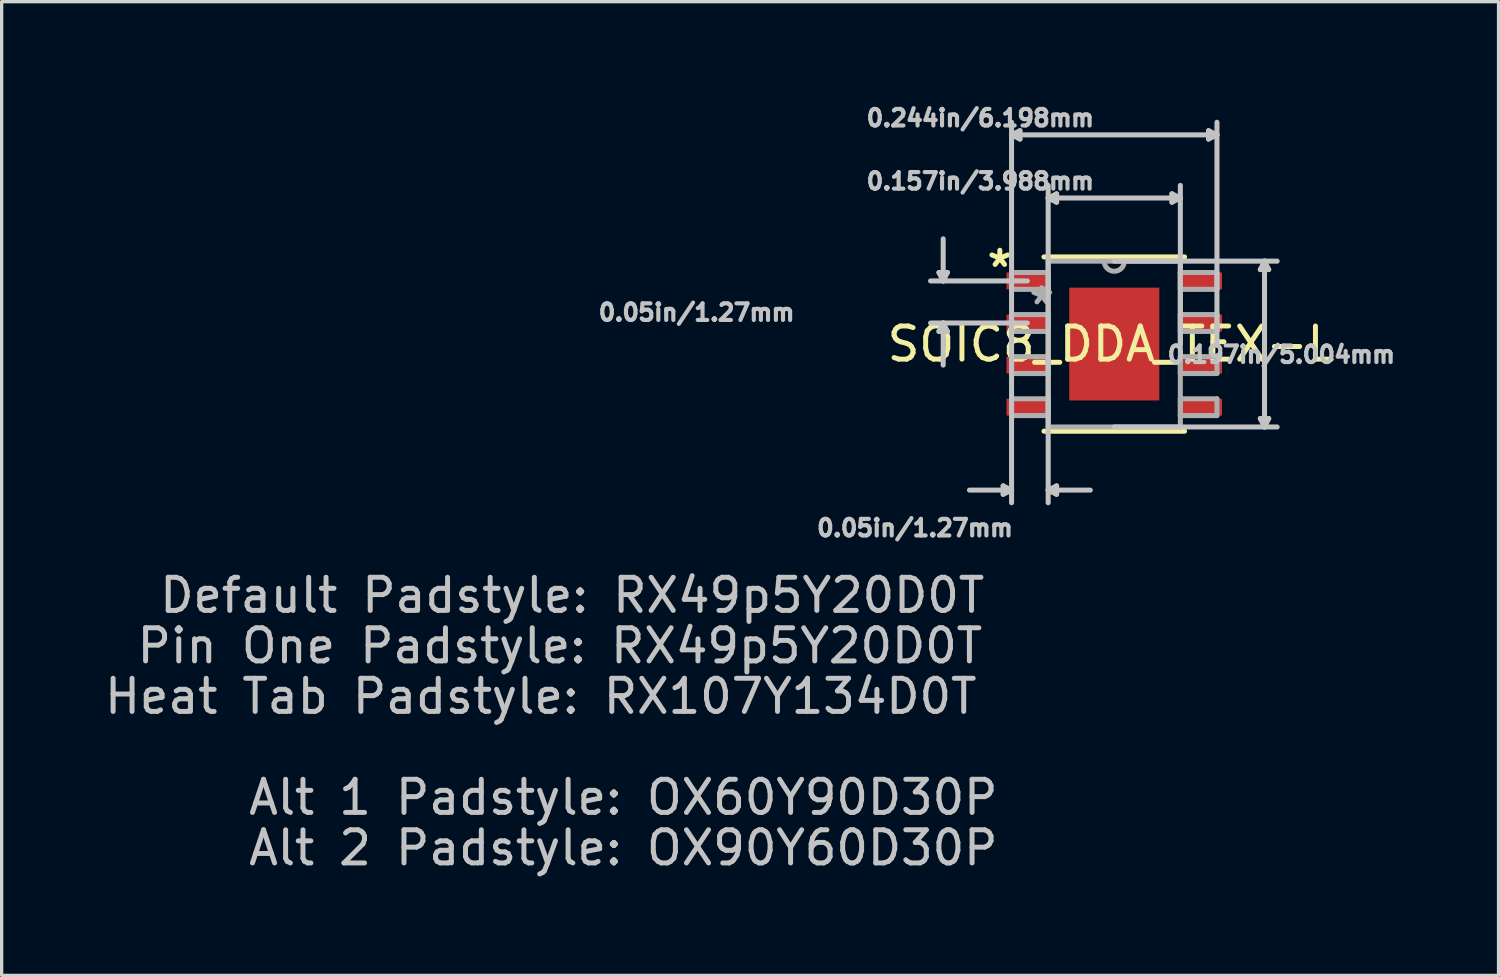
<source format=kicad_pcb>
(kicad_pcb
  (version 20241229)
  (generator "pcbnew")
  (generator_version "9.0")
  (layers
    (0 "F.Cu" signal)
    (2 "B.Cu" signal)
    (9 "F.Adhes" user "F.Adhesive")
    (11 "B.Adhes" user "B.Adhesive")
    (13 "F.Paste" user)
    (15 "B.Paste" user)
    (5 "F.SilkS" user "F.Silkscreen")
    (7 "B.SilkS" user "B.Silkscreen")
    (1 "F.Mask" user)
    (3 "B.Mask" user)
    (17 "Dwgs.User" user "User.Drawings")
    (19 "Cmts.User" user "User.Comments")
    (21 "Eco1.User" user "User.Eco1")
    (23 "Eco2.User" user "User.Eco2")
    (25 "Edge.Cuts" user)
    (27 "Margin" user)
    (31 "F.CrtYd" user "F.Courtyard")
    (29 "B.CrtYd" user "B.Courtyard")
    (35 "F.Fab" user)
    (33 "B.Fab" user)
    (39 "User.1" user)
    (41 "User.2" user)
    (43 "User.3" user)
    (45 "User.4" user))
  (footprint "SOIC8_DDA_TEX-L"
    (layer "F.Cu")
    (at 30.573 7.332)
    (property "Reference" "SOIC8_DDA_TEX-L" (at -0.096 0 0) (layer "F.SilkS") (effects (font (size 1 1) (thickness 0.15))))
    (attr smd)
    (fp_line (start -2.121 2.629) (end 2.121 2.629) (stroke (width 0.152) (type solid)) (layer "F.SilkS"))
    (fp_line (start 2.121 -2.629) (end -2.121 -2.629) (stroke (width 0.152) (type solid)) (layer "F.SilkS"))
    (fp_poly (pts (xy -1.259 -1.602) (xy -1.259 -0.1) (xy -0.1 -0.1) (xy -0.1 -1.602)) (stroke (width 0.025) (type solid)) (fill yes) (layer "F.Paste"))
    (fp_poly (pts (xy -1.259 0.1) (xy -1.259 1.602) (xy -0.1 1.602) (xy -0.1 0.1)) (stroke (width 0.025) (type solid)) (fill yes) (layer "F.Paste"))
    (fp_poly (pts (xy 0.1 -1.602) (xy 0.1 -0.1) (xy 1.259 -0.1) (xy 1.259 -1.602)) (stroke (width 0.025) (type solid)) (fill yes) (layer "F.Paste"))
    (fp_poly (pts (xy 0.1 0.1) (xy 0.1 1.602) (xy 1.259 1.602) (xy 1.259 0.1)) (stroke (width 0.025) (type solid)) (fill yes) (layer "F.Paste"))
    (fp_line (start -5.29 -2.159) (end -5.035 -2.159) (stroke (width 0.152) (type solid)) (layer "Dwgs.User"))
    (fp_line (start -5.29 -0.381) (end -5.035 -0.381) (stroke (width 0.152) (type solid)) (layer "Dwgs.User"))
    (fp_line (start -5.162 -1.905) (end -5.29 -2.159) (stroke (width 0.152) (type solid)) (layer "Dwgs.User"))
    (fp_line (start -5.162 -1.905) (end -5.162 -3.175) (stroke (width 0.152) (type solid)) (layer "Dwgs.User"))
    (fp_line (start -5.162 -1.905) (end -5.035 -2.159) (stroke (width 0.152) (type solid)) (layer "Dwgs.User"))
    (fp_line (start -5.162 -0.635) (end -5.29 -0.381) (stroke (width 0.152) (type solid)) (layer "Dwgs.User"))
    (fp_line (start -5.162 -0.635) (end -5.162 0.635) (stroke (width 0.152) (type solid)) (layer "Dwgs.User"))
    (fp_line (start -5.162 -0.635) (end -5.035 -0.381) (stroke (width 0.152) (type solid)) (layer "Dwgs.User"))
    (fp_line (start -3.353 4.28) (end -3.353 4.534) (stroke (width 0.152) (type solid)) (layer "Dwgs.User"))
    (fp_line (start -3.099 -6.312) (end -2.845 -6.439) (stroke (width 0.152) (type solid)) (layer "Dwgs.User"))
    (fp_line (start -3.099 -6.312) (end -2.845 -6.185) (stroke (width 0.152) (type solid)) (layer "Dwgs.User"))
    (fp_line (start -3.099 -6.312) (end 3.099 -6.312) (stroke (width 0.152) (type solid)) (layer "Dwgs.User"))
    (fp_line (start -3.099 0) (end -3.099 -6.693) (stroke (width 0.152) (type solid)) (layer "Dwgs.User"))
    (fp_line (start -3.099 0) (end -3.099 4.788) (stroke (width 0.152) (type solid)) (layer "Dwgs.User"))
    (fp_line (start -3.099 4.407) (end -4.369 4.407) (stroke (width 0.152) (type solid)) (layer "Dwgs.User"))
    (fp_line (start -3.099 4.407) (end -3.353 4.28) (stroke (width 0.152) (type solid)) (layer "Dwgs.User"))
    (fp_line (start -3.099 4.407) (end -3.353 4.534) (stroke (width 0.152) (type solid)) (layer "Dwgs.User"))
    (fp_line (start -2.845 -6.439) (end -2.845 -6.185) (stroke (width 0.152) (type solid)) (layer "Dwgs.User"))
    (fp_line (start -2.623 -1.905) (end -5.543 -1.905) (stroke (width 0.152) (type solid)) (layer "Dwgs.User"))
    (fp_line (start -2.623 -0.635) (end -5.543 -0.635) (stroke (width 0.152) (type solid)) (layer "Dwgs.User"))
    (fp_line (start -1.994 -4.407) (end -1.74 -4.534) (stroke (width 0.152) (type solid)) (layer "Dwgs.User"))
    (fp_line (start -1.994 -4.407) (end -1.74 -4.28) (stroke (width 0.152) (type solid)) (layer "Dwgs.User"))
    (fp_line (start -1.994 -4.407) (end 1.994 -4.407) (stroke (width 0.152) (type solid)) (layer "Dwgs.User"))
    (fp_line (start -1.994 0) (end -1.994 -4.788) (stroke (width 0.152) (type solid)) (layer "Dwgs.User"))
    (fp_line (start -1.994 0) (end -1.994 4.788) (stroke (width 0.152) (type solid)) (layer "Dwgs.User"))
    (fp_line (start -1.994 4.407) (end -1.74 4.28) (stroke (width 0.152) (type solid)) (layer "Dwgs.User"))
    (fp_line (start -1.994 4.407) (end -1.74 4.534) (stroke (width 0.152) (type solid)) (layer "Dwgs.User"))
    (fp_line (start -1.994 4.407) (end -0.724 4.407) (stroke (width 0.152) (type solid)) (layer "Dwgs.User"))
    (fp_line (start -1.74 -4.534) (end -1.74 -4.28) (stroke (width 0.152) (type solid)) (layer "Dwgs.User"))
    (fp_line (start -1.74 4.28) (end -1.74 4.534) (stroke (width 0.152) (type solid)) (layer "Dwgs.User"))
    (fp_line (start 0 -2.502) (end 4.915 -2.502) (stroke (width 0.152) (type solid)) (layer "Dwgs.User"))
    (fp_line (start 0 2.502) (end 4.915 2.502) (stroke (width 0.152) (type solid)) (layer "Dwgs.User"))
    (fp_line (start 1.74 -4.534) (end 1.74 -4.28) (stroke (width 0.152) (type solid)) (layer "Dwgs.User"))
    (fp_line (start 1.994 -4.407) (end 1.74 -4.534) (stroke (width 0.152) (type solid)) (layer "Dwgs.User"))
    (fp_line (start 1.994 -4.407) (end 1.74 -4.28) (stroke (width 0.152) (type solid)) (layer "Dwgs.User"))
    (fp_line (start 1.994 0) (end 1.994 -4.788) (stroke (width 0.152) (type solid)) (layer "Dwgs.User"))
    (fp_line (start 2.845 -6.439) (end 2.845 -6.185) (stroke (width 0.152) (type solid)) (layer "Dwgs.User"))
    (fp_line (start 3.099 -6.312) (end 2.845 -6.439) (stroke (width 0.152) (type solid)) (layer "Dwgs.User"))
    (fp_line (start 3.099 -6.312) (end 2.845 -6.185) (stroke (width 0.152) (type solid)) (layer "Dwgs.User"))
    (fp_line (start 3.099 0) (end 3.099 -6.693) (stroke (width 0.152) (type solid)) (layer "Dwgs.User"))
    (fp_line (start 4.407 -2.248) (end 4.661 -2.248) (stroke (width 0.152) (type solid)) (layer "Dwgs.User"))
    (fp_line (start 4.407 2.248) (end 4.661 2.248) (stroke (width 0.152) (type solid)) (layer "Dwgs.User"))
    (fp_line (start 4.534 -2.502) (end 4.407 -2.248) (stroke (width 0.152) (type solid)) (layer "Dwgs.User"))
    (fp_line (start 4.534 -2.502) (end 4.534 2.502) (stroke (width 0.152) (type solid)) (layer "Dwgs.User"))
    (fp_line (start 4.534 -2.502) (end 4.661 -2.248) (stroke (width 0.152) (type solid)) (layer "Dwgs.User"))
    (fp_line (start 4.534 2.502) (end 4.407 2.248) (stroke (width 0.152) (type solid)) (layer "Dwgs.User"))
    (fp_line (start 4.534 2.502) (end 4.661 2.248) (stroke (width 0.152) (type solid)) (layer "Dwgs.User"))
    (fp_line (start -3.099 -2.159) (end -3.099 -1.651) (stroke (width 0.152) (type solid)) (layer "F.Fab"))
    (fp_line (start -3.099 -1.651) (end -1.994 -1.651) (stroke (width 0.152) (type solid)) (layer "F.Fab"))
    (fp_line (start -3.099 -0.889) (end -3.099 -0.381) (stroke (width 0.152) (type solid)) (layer "F.Fab"))
    (fp_line (start -3.099 -0.381) (end -1.994 -0.381) (stroke (width 0.152) (type solid)) (layer "F.Fab"))
    (fp_line (start -3.099 0.381) (end -3.099 0.889) (stroke (width 0.152) (type solid)) (layer "F.Fab"))
    (fp_line (start -3.099 0.889) (end -1.994 0.889) (stroke (width 0.152) (type solid)) (layer "F.Fab"))
    (fp_line (start -3.099 1.651) (end -3.099 2.159) (stroke (width 0.152) (type solid)) (layer "F.Fab"))
    (fp_line (start -3.099 2.159) (end -1.994 2.159) (stroke (width 0.152) (type solid)) (layer "F.Fab"))
    (fp_line (start -1.994 -2.502) (end -1.994 2.502) (stroke (width 0.152) (type solid)) (layer "F.Fab"))
    (fp_line (start -1.994 -2.159) (end -3.099 -2.159) (stroke (width 0.152) (type solid)) (layer "F.Fab"))
    (fp_line (start -1.994 -1.651) (end -1.994 -2.159) (stroke (width 0.152) (type solid)) (layer "F.Fab"))
    (fp_line (start -1.994 -0.889) (end -3.099 -0.889) (stroke (width 0.152) (type solid)) (layer "F.Fab"))
    (fp_line (start -1.994 -0.381) (end -1.994 -0.889) (stroke (width 0.152) (type solid)) (layer "F.Fab"))
    (fp_line (start -1.994 0.381) (end -3.099 0.381) (stroke (width 0.152) (type solid)) (layer "F.Fab"))
    (fp_line (start -1.994 0.889) (end -1.994 0.381) (stroke (width 0.152) (type solid)) (layer "F.Fab"))
    (fp_line (start -1.994 1.651) (end -3.099 1.651) (stroke (width 0.152) (type solid)) (layer "F.Fab"))
    (fp_line (start -1.994 2.159) (end -1.994 1.651) (stroke (width 0.152) (type solid)) (layer "F.Fab"))
    (fp_line (start -1.994 2.502) (end 1.994 2.502) (stroke (width 0.152) (type solid)) (layer "F.Fab"))
    (fp_line (start 1.994 -2.502) (end -1.994 -2.502) (stroke (width 0.152) (type solid)) (layer "F.Fab"))
    (fp_line (start 1.994 -2.159) (end 1.994 -1.651) (stroke (width 0.152) (type solid)) (layer "F.Fab"))
    (fp_line (start 1.994 -1.651) (end 3.099 -1.651) (stroke (width 0.152) (type solid)) (layer "F.Fab"))
    (fp_line (start 1.994 -0.889) (end 1.994 -0.381) (stroke (width 0.152) (type solid)) (layer "F.Fab"))
    (fp_line (start 1.994 -0.381) (end 3.099 -0.381) (stroke (width 0.152) (type solid)) (layer "F.Fab"))
    (fp_line (start 1.994 0.381) (end 1.994 0.889) (stroke (width 0.152) (type solid)) (layer "F.Fab"))
    (fp_line (start 1.994 0.889) (end 3.099 0.889) (stroke (width 0.152) (type solid)) (layer "F.Fab"))
    (fp_line (start 1.994 1.651) (end 1.994 2.159) (stroke (width 0.152) (type solid)) (layer "F.Fab"))
    (fp_line (start 1.994 2.159) (end 3.099 2.159) (stroke (width 0.152) (type solid)) (layer "F.Fab"))
    (fp_line (start 1.994 2.502) (end 1.994 -2.502) (stroke (width 0.152) (type solid)) (layer "F.Fab"))
    (fp_line (start 3.099 -2.159) (end 1.994 -2.159) (stroke (width 0.152) (type solid)) (layer "F.Fab"))
    (fp_line (start 3.099 -1.651) (end 3.099 -2.159) (stroke (width 0.152) (type solid)) (layer "F.Fab"))
    (fp_line (start 3.099 -0.889) (end 1.994 -0.889) (stroke (width 0.152) (type solid)) (layer "F.Fab"))
    (fp_line (start 3.099 -0.381) (end 3.099 -0.889) (stroke (width 0.152) (type solid)) (layer "F.Fab"))
    (fp_line (start 3.099 0.381) (end 1.994 0.381) (stroke (width 0.152) (type solid)) (layer "F.Fab"))
    (fp_line (start 3.099 0.889) (end 3.099 0.381) (stroke (width 0.152) (type solid)) (layer "F.Fab"))
    (fp_line (start 3.099 1.651) (end 1.994 1.651) (stroke (width 0.152) (type solid)) (layer "F.Fab"))
    (fp_line (start 3.099 2.159) (end 3.099 1.651) (stroke (width 0.152) (type solid)) (layer "F.Fab"))
    (fp_arc (start 0.3048 -2.5019) (mid 0 -2.1971) (end -0.3048 -2.5019) (stroke (width 0.1524) (type solid)) (layer "F.Fab"))
    (fp_text user "*" (at -3.453 -2.286 0) (layer "F.SilkS") (effects (font (size 1 1) (thickness 0.15))))
    (fp_text user "Alt 1 Padstyle: OX60Y90D30P" (at -14.814 13.678 0) (layer "Dwgs.User") (effects (font (size 1 1) (thickness 0.15))))
    (fp_text user "Pin One Padstyle: RX49p5Y20D0T" (at -16.729 9.106 0) (layer "Dwgs.User") (effects (font (size 1 1) (thickness 0.15))))
    (fp_text user "0.157in/3.988mm" (at -4.042 -4.915 0) (layer "Dwgs.User") (effects (font (size 0.5 0.5) (thickness 0.15))))
    (fp_text user "Heat Tab Padstyle: RX107Y134D0T" (at -17.305 10.63 0) (layer "Dwgs.User") (effects (font (size 1 1) (thickness 0.15))))
    (fp_text user "0.244in/6.198mm" (at -4.042 -6.82 0) (layer "Dwgs.User") (effects (font (size 0.5 0.5) (thickness 0.15))))
    (fp_text user "0.197in/5.004mm" (at 5.042 0.318 0) (layer "Dwgs.User") (effects (font (size 0.5 0.5) (thickness 0.15))))
    (fp_text user "0.05in/1.27mm" (at -12.603 -0.953 0) (layer "Dwgs.User") (effects (font (size 0.5 0.5) (thickness 0.15))))
    (fp_text user "Default Padstyle: RX49p5Y20D0T" (at -16.356 7.582 0) (layer "Dwgs.User") (effects (font (size 1 1) (thickness 0.15))))
    (fp_text user "0.05in/1.27mm" (at -6.013 5.55 0) (layer "Dwgs.User") (effects (font (size 0.5 0.5) (thickness 0.15))))
    (fp_text user "Alt 2 Padstyle: OX90Y60D30P" (at -14.814 15.202 0) (layer "Dwgs.User") (effects (font (size 1 1) (thickness 0.15))))
    (fp_text user "*" (at -2.189 -1.156 0) (layer "F.Fab") (effects (font (size 1 1) (thickness 0.15))))
    (pad "1" smd rect (at -2.623 -1.905) (size 1.257 0.508) (layers "F.Cu" "F.Mask" "F.Paste"))
    (pad "2" smd rect (at -2.623 -0.635) (size 1.257 0.508) (layers "F.Cu" "F.Mask" "F.Paste"))
    (pad "3" smd rect (at -2.623 0.635) (size 1.257 0.508) (layers "F.Cu" "F.Mask" "F.Paste"))
    (pad "4" smd rect (at -2.623 1.905) (size 1.257 0.508) (layers "F.Cu" "F.Mask" "F.Paste"))
    (pad "5" smd rect (at 2.623 1.905) (size 1.257 0.508) (layers "F.Cu" "F.Mask" "F.Paste"))
    (pad "6" smd rect (at 2.623 0.635) (size 1.257 0.508) (layers "F.Cu" "F.Mask" "F.Paste"))
    (pad "7" smd rect (at 2.623 -0.635) (size 1.257 0.508) (layers "F.Cu" "F.Mask" "F.Paste"))
    (pad "8" smd rect (at 2.623 -1.905) (size 1.257 0.508) (layers "F.Cu" "F.Mask" "F.Paste"))
    (pad "EPAD" smd rect (at 0 0) (size 2.718 3.404) (layers "F.Cu" "F.Mask")))
  (gr_rect
    (start -3 -3)
    (end 42.169 26.382)
    (stroke (width 0.1) (type default))
    (fill no)
    (layer "Edge.Cuts")))
</source>
